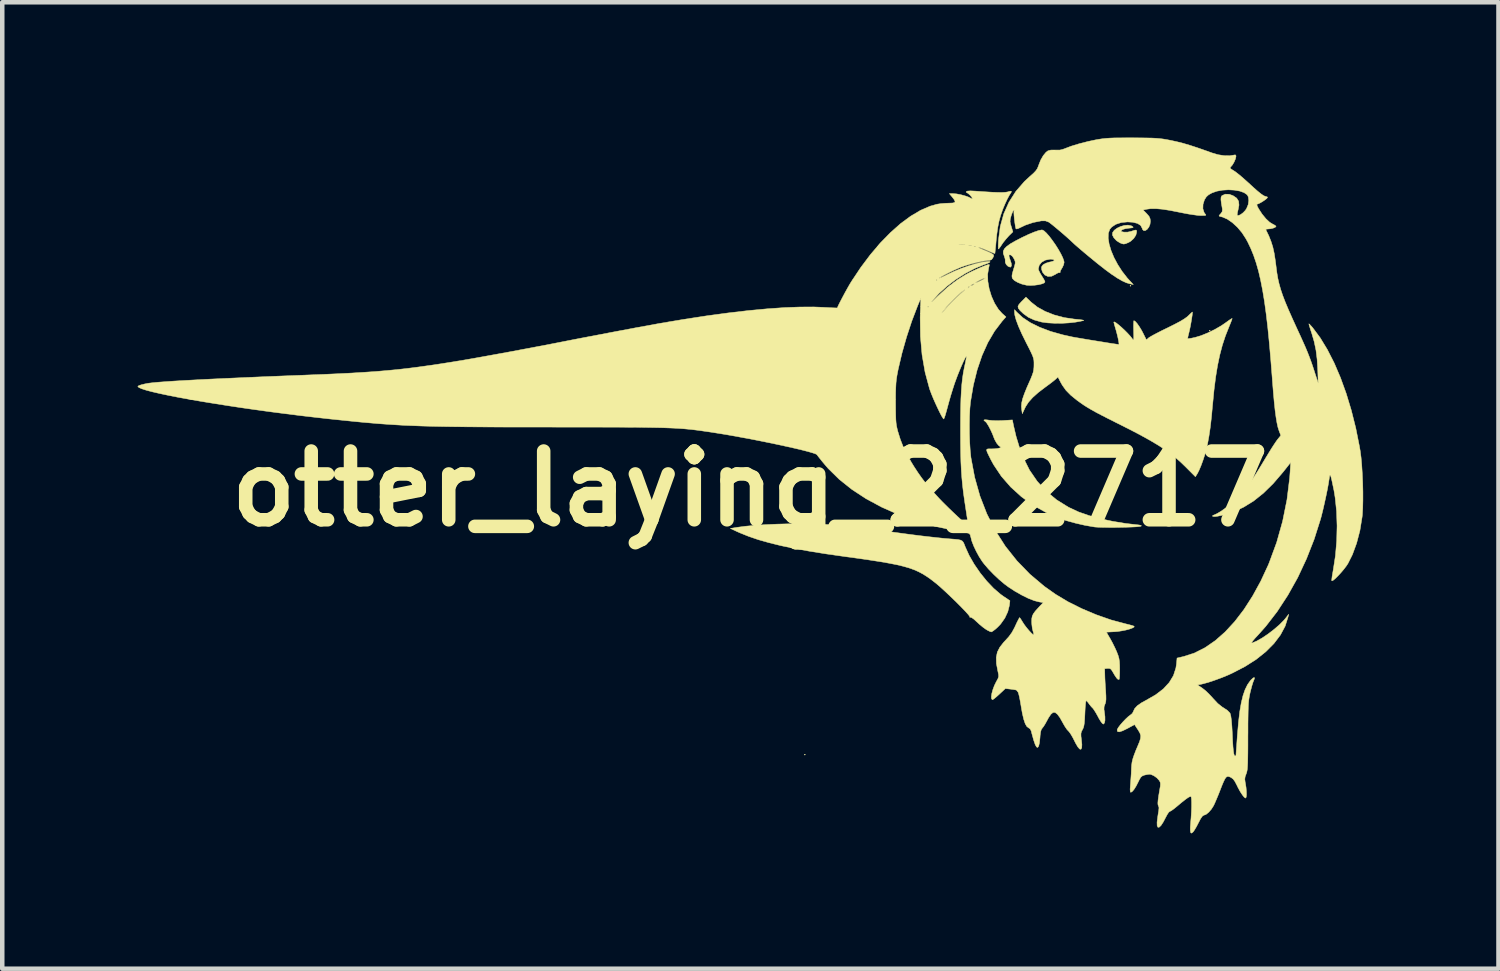
<source format=kicad_pcb>
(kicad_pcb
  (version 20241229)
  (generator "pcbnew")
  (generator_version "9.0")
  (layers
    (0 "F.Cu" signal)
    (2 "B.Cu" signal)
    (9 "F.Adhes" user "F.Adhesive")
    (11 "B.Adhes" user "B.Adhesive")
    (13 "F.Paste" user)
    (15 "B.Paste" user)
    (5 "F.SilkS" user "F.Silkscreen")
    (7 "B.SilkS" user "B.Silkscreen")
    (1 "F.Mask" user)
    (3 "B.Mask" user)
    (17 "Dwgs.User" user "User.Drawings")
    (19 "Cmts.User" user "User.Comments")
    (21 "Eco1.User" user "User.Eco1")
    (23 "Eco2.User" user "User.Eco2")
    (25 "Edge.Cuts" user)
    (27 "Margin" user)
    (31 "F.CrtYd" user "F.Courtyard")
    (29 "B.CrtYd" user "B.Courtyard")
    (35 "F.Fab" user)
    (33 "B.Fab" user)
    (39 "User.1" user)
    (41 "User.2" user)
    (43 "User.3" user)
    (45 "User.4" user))
  (footprint "otter_laying_2_2717"
    (layer "F.Cu")
    (at 13.573 7.782)
    (property "Reference" "otter_laying_2_2717" (at 0 0 0) (layer "F.SilkS") (effects (font (size 1.524 1.524) (thickness 0.3))))
    (attr through_hole)
    (fp_poly (pts (xy 1.228 5.895) (xy 1.217 5.905) (xy 1.206 5.895) (xy 1.217 5.884) (xy 1.228 5.895)) (stroke (width 0.01) (type solid)) (fill yes) (layer "F.SilkS"))
    (fp_poly (pts (xy 8.445 -4.498) (xy 8.435 -4.487) (xy 8.424 -4.498) (xy 8.435 -4.508) (xy 8.445 -4.498)) (stroke (width 0.01) (type solid)) (fill yes) (layer "F.SilkS"))
    (fp_poly (pts (xy 10.202 -3.503) (xy 10.192 -3.493) (xy 10.181 -3.503) (xy 10.192 -3.514) (xy 10.202 -3.503)) (stroke (width 0.01) (type solid)) (fill yes) (layer "F.SilkS"))
    (fp_poly (pts (xy 6.232 -4.135) (xy 6.372 -4.025) (xy 6.545 -3.929) (xy 6.744 -3.851) (xy 6.961 -3.793) (xy 7.19 -3.759) (xy 7.224 -3.756) (xy 7.305 -3.748) (xy 7.366 -3.74) (xy 7.397 -3.733) (xy 7.399 -3.731) (xy 7.375 -3.722) (xy 7.319 -3.71) (xy 7.242 -3.696) (xy 7.213 -3.691) (xy 7.071 -3.675) (xy 6.913 -3.666) (xy 6.751 -3.667) (xy 6.601 -3.675) (xy 6.476 -3.692) (xy 6.46 -3.695) (xy 6.301 -3.74) (xy 6.172 -3.799) (xy 6.063 -3.878) (xy 6.055 -3.885) (xy 5.986 -3.951) (xy 5.949 -3.999) (xy 5.941 -4.041) (xy 5.963 -4.084) (xy 6.013 -4.14) (xy 6.02 -4.147) (xy 6.118 -4.246) (xy 6.232 -4.135)) (stroke (width 0.01) (type solid)) (fill yes) (layer "F.SilkS"))
    (fp_poly (pts (xy 8.45 -5.828) (xy 8.477 -5.813) (xy 8.495 -5.797) (xy 8.488 -5.786) (xy 8.449 -5.779) (xy 8.395 -5.774) (xy 8.321 -5.763) (xy 8.263 -5.745) (xy 8.242 -5.732) (xy 8.225 -5.71) (xy 8.237 -5.698) (xy 8.285 -5.688) (xy 8.288 -5.687) (xy 8.372 -5.687) (xy 8.453 -5.705) (xy 8.519 -5.727) (xy 8.555 -5.733) (xy 8.57 -5.722) (xy 8.572 -5.693) (xy 8.572 -5.691) (xy 8.555 -5.621) (xy 8.508 -5.548) (xy 8.442 -5.487) (xy 8.395 -5.459) (xy 8.331 -5.432) (xy 8.288 -5.422) (xy 8.248 -5.43) (xy 8.202 -5.449) (xy 8.126 -5.497) (xy 8.065 -5.563) (xy 8.035 -5.622) (xy 8.038 -5.676) (xy 8.075 -5.728) (xy 8.137 -5.774) (xy 8.214 -5.811) (xy 8.298 -5.835) (xy 8.379 -5.842) (xy 8.45 -5.828)) (stroke (width 0.01) (type solid)) (fill yes) (layer "F.SilkS"))
    (fp_poly (pts (xy 5.255 -1.525) (xy 5.297 -1.519) (xy 5.369 -1.511) (xy 5.467 -1.507) (xy 5.572 -1.509) (xy 5.613 -1.511) (xy 5.818 -1.524) (xy 5.842 -1.402) (xy 5.899 -1.159) (xy 5.975 -0.91) (xy 6.059 -0.688) (xy 6.196 -0.413) (xy 6.367 -0.164) (xy 6.568 0.057) (xy 6.8 0.249) (xy 7.059 0.41) (xy 7.286 0.516) (xy 7.509 0.594) (xy 7.765 0.665) (xy 8.042 0.724) (xy 8.33 0.771) (xy 8.549 0.796) (xy 8.628 0.805) (xy 8.669 0.814) (xy 8.676 0.824) (xy 8.668 0.831) (xy 8.634 0.838) (xy 8.565 0.845) (xy 8.469 0.85) (xy 8.353 0.854) (xy 8.224 0.857) (xy 8.09 0.859) (xy 7.958 0.859) (xy 7.835 0.858) (xy 7.73 0.855) (xy 7.65 0.85) (xy 7.621 0.846) (xy 7.426 0.812) (xy 7.216 0.764) (xy 7.013 0.708) (xy 6.885 0.665) (xy 6.574 0.534) (xy 6.284 0.371) (xy 6.019 0.18) (xy 5.781 -0.036) (xy 5.574 -0.273) (xy 5.402 -0.53) (xy 5.341 -0.642) (xy 5.291 -0.742) (xy 5.259 -0.81) (xy 5.246 -0.851) (xy 5.251 -0.873) (xy 5.275 -0.882) (xy 5.317 -0.883) (xy 5.341 -0.882) (xy 5.417 -0.884) (xy 5.486 -0.891) (xy 5.51 -0.896) (xy 5.569 -0.911) (xy 5.509 -0.961) (xy 5.468 -1.011) (xy 5.428 -1.082) (xy 5.41 -1.125) (xy 5.375 -1.216) (xy 5.333 -1.307) (xy 5.29 -1.389) (xy 5.251 -1.452) (xy 5.221 -1.487) (xy 5.215 -1.49) (xy 5.189 -1.511) (xy 5.186 -1.52) (xy 5.205 -1.528) (xy 5.255 -1.525)) (stroke (width 0.01) (type solid)) (fill yes) (layer "F.SilkS"))
    (fp_poly (pts (xy 1.359 0.779) (xy 1.588 0.787) (xy 1.791 0.8) (xy 1.81 0.801) (xy 2.027 0.822) (xy 2.274 0.849) (xy 2.536 0.879) (xy 2.801 0.912) (xy 3.056 0.946) (xy 3.172 0.963) (xy 3.366 0.99) (xy 3.569 1.017) (xy 3.774 1.043) (xy 3.971 1.066) (xy 4.152 1.086) (xy 4.307 1.102) (xy 4.413 1.111) (xy 4.531 1.12) (xy 4.613 1.128) (xy 4.669 1.14) (xy 4.706 1.16) (xy 4.731 1.19) (xy 4.752 1.236) (xy 4.773 1.291) (xy 4.859 1.48) (xy 4.971 1.675) (xy 5.103 1.867) (xy 5.249 2.048) (xy 5.401 2.208) (xy 5.553 2.339) (xy 5.611 2.381) (xy 5.763 2.483) (xy 5.75 2.591) (xy 5.715 2.729) (xy 5.649 2.87) (xy 5.556 3.001) (xy 5.494 3.066) (xy 5.435 3.119) (xy 5.384 3.157) (xy 5.352 3.175) (xy 5.35 3.175) (xy 5.317 3.164) (xy 5.263 3.137) (xy 5.227 3.115) (xy 5.162 3.068) (xy 5.086 3.005) (xy 5.021 2.945) (xy 4.963 2.892) (xy 4.915 2.858) (xy 4.887 2.849) (xy 4.885 2.849) (xy 4.872 2.851) (xy 4.875 2.843) (xy 4.865 2.822) (xy 4.828 2.777) (xy 4.77 2.713) (xy 4.694 2.634) (xy 4.606 2.545) (xy 4.51 2.451) (xy 4.411 2.356) (xy 4.314 2.265) (xy 4.224 2.183) (xy 4.144 2.114) (xy 4.103 2.081) (xy 4.01 2.009) (xy 3.92 1.946) (xy 3.831 1.89) (xy 3.739 1.841) (xy 3.639 1.797) (xy 3.528 1.757) (xy 3.402 1.721) (xy 3.257 1.686) (xy 3.089 1.653) (xy 2.895 1.619) (xy 2.67 1.584) (xy 2.411 1.546) (xy 2.115 1.506) (xy 2.095 1.503) (xy 1.687 1.445) (xy 1.319 1.386) (xy 0.987 1.325) (xy 0.688 1.263) (xy 0.421 1.197) (xy 0.182 1.129) (xy -0.031 1.056) (xy -0.222 0.979) (xy -0.286 0.951) (xy -0.434 0.881) (xy -0.271 0.855) (xy -0.096 0.832) (xy 0.113 0.813) (xy 0.346 0.797) (xy 0.597 0.786) (xy 0.854 0.779) (xy 1.111 0.777) (xy 1.359 0.779)) (stroke (width 0.01) (type solid)) (fill yes) (layer "F.SilkS"))
    (fp_poly (pts (xy 6.515 -5.718) (xy 6.568 -5.67) (xy 6.632 -5.598) (xy 6.7 -5.508) (xy 6.77 -5.409) (xy 6.835 -5.306) (xy 6.891 -5.207) (xy 6.934 -5.119) (xy 6.959 -5.048) (xy 6.964 -5.016) (xy 6.952 -4.962) (xy 6.923 -4.899) (xy 6.913 -4.884) (xy 6.884 -4.834) (xy 6.874 -4.799) (xy 6.876 -4.793) (xy 6.875 -4.786) (xy 6.866 -4.79) (xy 6.836 -4.787) (xy 6.789 -4.763) (xy 6.772 -4.751) (xy 6.687 -4.709) (xy 6.606 -4.704) (xy 6.536 -4.736) (xy 6.485 -4.8) (xy 6.465 -4.861) (xy 6.462 -4.913) (xy 6.487 -4.952) (xy 6.506 -4.969) (xy 6.562 -4.999) (xy 6.635 -5.022) (xy 6.658 -5.026) (xy 6.722 -5.043) (xy 6.746 -5.062) (xy 6.73 -5.079) (xy 6.676 -5.087) (xy 6.65 -5.087) (xy 6.547 -5.066) (xy 6.466 -5.02) (xy 6.412 -4.952) (xy 6.392 -4.869) (xy 6.404 -4.832) (xy 6.433 -4.774) (xy 6.466 -4.72) (xy 6.505 -4.658) (xy 6.532 -4.608) (xy 6.54 -4.583) (xy 6.521 -4.56) (xy 6.469 -4.539) (xy 6.395 -4.521) (xy 6.309 -4.51) (xy 6.22 -4.505) (xy 6.14 -4.509) (xy 6.123 -4.512) (xy 6.025 -4.536) (xy 5.934 -4.573) (xy 5.862 -4.615) (xy 5.82 -4.657) (xy 5.82 -4.658) (xy 5.809 -4.691) (xy 5.809 -4.732) (xy 5.823 -4.794) (xy 5.843 -4.862) (xy 5.867 -4.942) (xy 5.879 -4.994) (xy 5.879 -5.032) (xy 5.867 -5.067) (xy 5.856 -5.091) (xy 5.82 -5.149) (xy 5.781 -5.181) (xy 5.748 -5.183) (xy 5.743 -5.179) (xy 5.743 -5.153) (xy 5.756 -5.104) (xy 5.765 -5.08) (xy 5.793 -4.995) (xy 5.797 -4.938) (xy 5.777 -4.912) (xy 5.768 -4.911) (xy 5.722 -4.928) (xy 5.681 -4.968) (xy 5.659 -5.017) (xy 5.659 -5.042) (xy 5.657 -5.089) (xy 5.639 -5.148) (xy 5.637 -5.154) (xy 5.616 -5.212) (xy 5.616 -5.266) (xy 5.64 -5.317) (xy 5.691 -5.369) (xy 5.771 -5.427) (xy 5.886 -5.493) (xy 6.027 -5.566) (xy 6.177 -5.637) (xy 6.304 -5.69) (xy 6.404 -5.724) (xy 6.473 -5.736) (xy 6.476 -5.736) (xy 6.515 -5.718)) (stroke (width 0.01) (type solid)) (fill yes) (layer "F.SilkS"))
    (fp_poly (pts (xy 5.912 -3.916) (xy 6.045 -3.793) (xy 6.217 -3.679) (xy 6.425 -3.577) (xy 6.665 -3.486) (xy 6.935 -3.41) (xy 7.144 -3.364) (xy 7.207 -3.352) (xy 7.298 -3.337) (xy 7.409 -3.318) (xy 7.533 -3.297) (xy 7.664 -3.276) (xy 7.794 -3.255) (xy 7.916 -3.235) (xy 8.022 -3.218) (xy 8.106 -3.206) (xy 8.161 -3.198) (xy 8.178 -3.196) (xy 8.18 -3.215) (xy 8.173 -3.265) (xy 8.159 -3.337) (xy 8.139 -3.421) (xy 8.116 -3.508) (xy 8.107 -3.538) (xy 8.086 -3.61) (xy 8.071 -3.666) (xy 8.065 -3.692) (xy 8.065 -3.693) (xy 8.078 -3.697) (xy 8.115 -3.676) (xy 8.168 -3.635) (xy 8.232 -3.58) (xy 8.3 -3.517) (xy 8.367 -3.45) (xy 8.425 -3.387) (xy 8.47 -3.331) (xy 8.475 -3.323) (xy 8.491 -3.302) (xy 8.501 -3.298) (xy 8.506 -3.316) (xy 8.508 -3.362) (xy 8.506 -3.443) (xy 8.505 -3.498) (xy 8.503 -3.59) (xy 8.504 -3.665) (xy 8.507 -3.712) (xy 8.51 -3.725) (xy 8.54 -3.708) (xy 8.583 -3.66) (xy 8.632 -3.59) (xy 8.683 -3.506) (xy 8.71 -3.454) (xy 8.788 -3.298) (xy 8.834 -3.341) (xy 8.867 -3.363) (xy 8.931 -3.4) (xy 9.02 -3.447) (xy 9.127 -3.502) (xy 9.246 -3.56) (xy 9.255 -3.564) (xy 9.413 -3.643) (xy 9.536 -3.708) (xy 9.627 -3.763) (xy 9.691 -3.809) (xy 9.715 -3.831) (xy 9.762 -3.877) (xy 9.796 -3.908) (xy 9.807 -3.916) (xy 9.808 -3.897) (xy 9.803 -3.846) (xy 9.792 -3.773) (xy 9.778 -3.688) (xy 9.762 -3.6) (xy 9.745 -3.519) (xy 9.73 -3.455) (xy 9.726 -3.44) (xy 9.711 -3.379) (xy 9.704 -3.337) (xy 9.705 -3.327) (xy 9.728 -3.327) (xy 9.782 -3.335) (xy 9.854 -3.35) (xy 9.864 -3.352) (xy 9.998 -3.392) (xy 10.15 -3.454) (xy 10.306 -3.53) (xy 10.451 -3.614) (xy 10.55 -3.682) (xy 10.613 -3.728) (xy 10.662 -3.76) (xy 10.687 -3.773) (xy 10.689 -3.771) (xy 10.681 -3.746) (xy 10.661 -3.692) (xy 10.631 -3.618) (xy 10.617 -3.584) (xy 10.538 -3.384) (xy 10.471 -3.18) (xy 10.414 -2.964) (xy 10.365 -2.731) (xy 10.323 -2.474) (xy 10.287 -2.188) (xy 10.256 -1.867) (xy 10.254 -1.852) (xy 10.23 -1.589) (xy 10.204 -1.363) (xy 10.175 -1.167) (xy 10.144 -0.997) (xy 10.117 -0.877) (xy 10.083 -0.754) (xy 10.041 -0.626) (xy 9.996 -0.504) (xy 9.952 -0.401) (xy 9.914 -0.327) (xy 9.913 -0.327) (xy 9.874 -0.265) (xy 9.652 -0.488) (xy 9.546 -0.59) (xy 9.439 -0.685) (xy 9.325 -0.776) (xy 9.201 -0.865) (xy 9.062 -0.956) (xy 8.903 -1.051) (xy 8.721 -1.153) (xy 8.511 -1.265) (xy 8.268 -1.389) (xy 8.128 -1.459) (xy 7.945 -1.551) (xy 7.795 -1.628) (xy 7.671 -1.693) (xy 7.567 -1.751) (xy 7.479 -1.803) (xy 7.4 -1.853) (xy 7.324 -1.906) (xy 7.245 -1.963) (xy 7.244 -1.964) (xy 7.11 -2.073) (xy 7.006 -2.179) (xy 6.924 -2.294) (xy 6.886 -2.361) (xy 6.827 -2.475) (xy 6.774 -2.425) (xy 6.733 -2.391) (xy 6.669 -2.341) (xy 6.592 -2.284) (xy 6.551 -2.254) (xy 6.392 -2.133) (xy 6.268 -2.022) (xy 6.176 -1.919) (xy 6.11 -1.818) (xy 6.096 -1.789) (xy 6.037 -1.662) (xy 6.023 -1.757) (xy 6.017 -1.828) (xy 6.024 -1.905) (xy 6.044 -1.992) (xy 6.081 -2.099) (xy 6.134 -2.231) (xy 6.174 -2.322) (xy 6.224 -2.434) (xy 6.257 -2.517) (xy 6.279 -2.582) (xy 6.29 -2.638) (xy 6.295 -2.696) (xy 6.296 -2.746) (xy 6.296 -2.802) (xy 6.293 -2.849) (xy 6.283 -2.894) (xy 6.266 -2.945) (xy 6.237 -3.01) (xy 6.195 -3.096) (xy 6.136 -3.211) (xy 6.125 -3.233) (xy 6.029 -3.427) (xy 5.954 -3.596) (xy 5.901 -3.737) (xy 5.871 -3.848) (xy 5.864 -3.913) (xy 5.865 -3.969) (xy 5.912 -3.916)) (stroke (width 0.01) (type solid)) (fill yes) (layer "F.SilkS"))
    (fp_poly (pts (xy 8.477 -7.777) (xy 8.653 -7.776) (xy 8.795 -7.774) (xy 8.908 -7.772) (xy 9.002 -7.767) (xy 9.083 -7.76) (xy 9.158 -7.751) (xy 9.236 -7.738) (xy 9.324 -7.721) (xy 9.326 -7.721) (xy 9.462 -7.691) (xy 9.602 -7.656) (xy 9.753 -7.611) (xy 9.922 -7.556) (xy 10.119 -7.487) (xy 10.244 -7.442) (xy 10.377 -7.403) (xy 10.512 -7.382) (xy 10.635 -7.38) (xy 10.716 -7.393) (xy 10.757 -7.4) (xy 10.772 -7.385) (xy 10.774 -7.366) (xy 10.762 -7.311) (xy 10.733 -7.242) (xy 10.695 -7.177) (xy 10.658 -7.134) (xy 10.643 -7.115) (xy 10.651 -7.096) (xy 10.688 -7.07) (xy 10.72 -7.051) (xy 10.772 -7.015) (xy 10.845 -6.958) (xy 10.93 -6.886) (xy 11.018 -6.807) (xy 11.033 -6.794) (xy 11.156 -6.681) (xy 11.252 -6.596) (xy 11.326 -6.536) (xy 11.381 -6.498) (xy 11.42 -6.48) (xy 11.437 -6.477) (xy 11.468 -6.466) (xy 11.472 -6.455) (xy 11.456 -6.433) (xy 11.413 -6.399) (xy 11.358 -6.362) (xy 11.302 -6.33) (xy 11.258 -6.31) (xy 11.245 -6.308) (xy 11.235 -6.294) (xy 11.25 -6.252) (xy 11.274 -6.207) (xy 11.353 -6.085) (xy 11.438 -5.982) (xy 11.521 -5.905) (xy 11.578 -5.87) (xy 11.629 -5.843) (xy 11.659 -5.821) (xy 11.662 -5.815) (xy 11.644 -5.795) (xy 11.598 -5.775) (xy 11.538 -5.761) (xy 11.49 -5.757) (xy 11.448 -5.753) (xy 11.434 -5.742) (xy 11.435 -5.741) (xy 11.5 -5.607) (xy 11.55 -5.482) (xy 11.59 -5.356) (xy 11.621 -5.216) (xy 11.646 -5.054) (xy 11.663 -4.921) (xy 11.68 -4.788) (xy 11.701 -4.663) (xy 11.729 -4.541) (xy 11.764 -4.417) (xy 11.809 -4.283) (xy 11.866 -4.135) (xy 11.937 -3.966) (xy 12.024 -3.77) (xy 12.112 -3.577) (xy 12.194 -3.4) (xy 12.26 -3.254) (xy 12.315 -3.13) (xy 12.36 -3.022) (xy 12.399 -2.922) (xy 12.436 -2.823) (xy 12.473 -2.716) (xy 12.513 -2.594) (xy 12.513 -2.593) (xy 12.596 -2.339) (xy 12.586 -2.635) (xy 12.572 -2.865) (xy 12.547 -3.068) (xy 12.507 -3.259) (xy 12.45 -3.454) (xy 12.446 -3.463) (xy 12.42 -3.545) (xy 12.4 -3.609) (xy 12.39 -3.648) (xy 12.39 -3.655) (xy 12.405 -3.643) (xy 12.439 -3.607) (xy 12.474 -3.567) (xy 12.641 -3.343) (xy 12.8 -3.081) (xy 12.951 -2.785) (xy 13.09 -2.46) (xy 13.217 -2.109) (xy 13.33 -1.736) (xy 13.428 -1.346) (xy 13.509 -0.942) (xy 13.528 -0.833) (xy 13.546 -0.693) (xy 13.561 -0.523) (xy 13.573 -0.334) (xy 13.582 -0.134) (xy 13.587 0.066) (xy 13.587 0.257) (xy 13.583 0.43) (xy 13.575 0.575) (xy 13.569 0.629) (xy 13.52 0.93) (xy 13.447 1.209) (xy 13.354 1.462) (xy 13.254 1.661) (xy 13.213 1.722) (xy 13.159 1.792) (xy 13.098 1.864) (xy 13.036 1.931) (xy 12.979 1.988) (xy 12.933 2.027) (xy 12.903 2.043) (xy 12.896 2.039) (xy 12.897 2.009) (xy 12.904 1.948) (xy 12.918 1.864) (xy 12.93 1.796) (xy 12.978 1.484) (xy 13.006 1.156) (xy 13.014 0.825) (xy 13.003 0.501) (xy 12.971 0.196) (xy 12.946 0.042) (xy 12.924 -0.063) (xy 12.904 -0.158) (xy 12.887 -0.232) (xy 12.875 -0.274) (xy 12.874 -0.275) (xy 12.862 -0.301) (xy 12.854 -0.298) (xy 12.845 -0.262) (xy 12.838 -0.212) (xy 12.823 -0.115) (xy 12.8 0.012) (xy 12.77 0.158) (xy 12.737 0.31) (xy 12.703 0.459) (xy 12.67 0.593) (xy 12.648 0.675) (xy 12.506 1.122) (xy 12.336 1.555) (xy 12.142 1.97) (xy 11.924 2.36) (xy 11.687 2.723) (xy 11.432 3.053) (xy 11.269 3.236) (xy 11.191 3.32) (xy 11.143 3.377) (xy 11.121 3.41) (xy 11.126 3.42) (xy 11.134 3.419) (xy 11.236 3.376) (xy 11.357 3.307) (xy 11.486 3.22) (xy 11.615 3.121) (xy 11.736 3.017) (xy 11.838 2.914) (xy 11.893 2.847) (xy 11.941 2.783) (xy 11.928 2.842) (xy 11.864 3.045) (xy 11.759 3.242) (xy 11.615 3.432) (xy 11.435 3.613) (xy 11.22 3.785) (xy 10.971 3.943) (xy 10.691 4.088) (xy 10.609 4.126) (xy 10.461 4.187) (xy 10.309 4.243) (xy 10.166 4.291) (xy 10.042 4.325) (xy 10.004 4.334) (xy 9.922 4.35) (xy 10.03 4.424) (xy 10.095 4.475) (xy 10.171 4.547) (xy 10.246 4.627) (xy 10.267 4.651) (xy 10.37 4.761) (xy 10.469 4.84) (xy 10.505 4.862) (xy 10.584 4.915) (xy 10.637 4.97) (xy 10.645 4.984) (xy 10.659 5.037) (xy 10.672 5.132) (xy 10.683 5.268) (xy 10.692 5.429) (xy 10.699 5.593) (xy 10.707 5.719) (xy 10.716 5.812) (xy 10.725 5.874) (xy 10.737 5.911) (xy 10.75 5.926) (xy 10.755 5.927) (xy 10.773 5.911) (xy 10.774 5.906) (xy 10.775 5.879) (xy 10.779 5.817) (xy 10.786 5.726) (xy 10.794 5.612) (xy 10.803 5.481) (xy 10.807 5.435) (xy 10.83 5.169) (xy 10.857 4.941) (xy 10.89 4.749) (xy 10.929 4.587) (xy 10.975 4.454) (xy 11.029 4.344) (xy 11.092 4.255) (xy 11.106 4.239) (xy 11.153 4.195) (xy 11.18 4.185) (xy 11.184 4.208) (xy 11.164 4.257) (xy 11.146 4.304) (xy 11.123 4.38) (xy 11.099 4.472) (xy 11.086 4.524) (xy 11.074 4.582) (xy 11.064 4.638) (xy 11.056 4.696) (xy 11.05 4.762) (xy 11.046 4.842) (xy 11.043 4.941) (xy 11.041 5.064) (xy 11.039 5.217) (xy 11.039 5.405) (xy 11.038 5.482) (xy 11.038 5.683) (xy 11.037 5.846) (xy 11.035 5.976) (xy 11.033 6.077) (xy 11.029 6.155) (xy 11.025 6.213) (xy 11.018 6.257) (xy 11.01 6.29) (xy 11.001 6.318) (xy 10.998 6.325) (xy 10.976 6.385) (xy 10.969 6.439) (xy 10.977 6.505) (xy 10.983 6.534) (xy 10.997 6.623) (xy 11.004 6.709) (xy 11.006 6.783) (xy 11 6.836) (xy 10.988 6.858) (xy 10.987 6.858) (xy 10.957 6.84) (xy 10.916 6.789) (xy 10.867 6.714) (xy 10.816 6.62) (xy 10.795 6.576) (xy 10.751 6.492) (xy 10.712 6.438) (xy 10.668 6.404) (xy 10.655 6.397) (xy 10.616 6.381) (xy 10.584 6.379) (xy 10.557 6.394) (xy 10.529 6.432) (xy 10.497 6.497) (xy 10.456 6.595) (xy 10.426 6.673) (xy 10.384 6.78) (xy 10.341 6.883) (xy 10.304 6.969) (xy 10.278 7.025) (xy 10.228 7.104) (xy 10.169 7.172) (xy 10.11 7.22) (xy 10.059 7.239) (xy 10.058 7.239) (xy 10.028 7.259) (xy 9.987 7.319) (xy 9.941 7.407) (xy 9.899 7.488) (xy 9.859 7.557) (xy 9.828 7.602) (xy 9.82 7.611) (xy 9.789 7.635) (xy 9.774 7.629) (xy 9.766 7.611) (xy 9.761 7.572) (xy 9.761 7.506) (xy 9.767 7.426) (xy 9.767 7.423) (xy 9.778 7.292) (xy 9.786 7.165) (xy 9.79 7.049) (xy 9.79 6.949) (xy 9.787 6.874) (xy 9.78 6.831) (xy 9.776 6.824) (xy 9.753 6.825) (xy 9.712 6.846) (xy 9.649 6.891) (xy 9.562 6.96) (xy 9.463 7.043) (xy 9.399 7.095) (xy 9.345 7.134) (xy 9.31 7.153) (xy 9.306 7.154) (xy 9.283 7.172) (xy 9.252 7.218) (xy 9.219 7.279) (xy 9.161 7.39) (xy 9.112 7.465) (xy 9.072 7.503) (xy 9.043 7.505) (xy 9.026 7.47) (xy 9.024 7.396) (xy 9.028 7.358) (xy 9.039 7.272) (xy 9.052 7.187) (xy 9.06 7.144) (xy 9.067 7.071) (xy 9.055 7.033) (xy 9.045 7.009) (xy 9.042 6.967) (xy 9.047 6.901) (xy 9.06 6.806) (xy 9.082 6.676) (xy 9.082 6.675) (xy 9.096 6.594) (xy 9.099 6.541) (xy 9.093 6.505) (xy 9.075 6.471) (xy 9.073 6.468) (xy 9.022 6.412) (xy 8.956 6.364) (xy 8.889 6.334) (xy 8.858 6.329) (xy 8.809 6.335) (xy 8.747 6.348) (xy 8.741 6.35) (xy 8.696 6.368) (xy 8.662 6.398) (xy 8.63 6.452) (xy 8.61 6.494) (xy 8.56 6.592) (xy 8.512 6.668) (xy 8.47 6.716) (xy 8.441 6.731) (xy 8.43 6.714) (xy 8.427 6.661) (xy 8.433 6.57) (xy 8.435 6.546) (xy 8.443 6.437) (xy 8.451 6.322) (xy 8.455 6.223) (xy 8.455 6.212) (xy 8.46 6.134) (xy 8.469 6.063) (xy 8.486 5.991) (xy 8.514 5.907) (xy 8.554 5.802) (xy 8.597 5.701) (xy 8.637 5.604) (xy 8.658 5.532) (xy 8.662 5.476) (xy 8.646 5.422) (xy 8.611 5.359) (xy 8.581 5.314) (xy 8.525 5.229) (xy 8.363 5.317) (xy 8.26 5.367) (xy 8.189 5.39) (xy 8.149 5.384) (xy 8.14 5.351) (xy 8.142 5.337) (xy 8.164 5.296) (xy 8.208 5.238) (xy 8.266 5.171) (xy 8.328 5.106) (xy 8.386 5.052) (xy 8.43 5.019) (xy 8.43 5.019) (xy 8.475 4.982) (xy 8.496 4.943) (xy 8.527 4.875) (xy 8.586 4.811) (xy 8.679 4.746) (xy 8.781 4.69) (xy 8.992 4.569) (xy 9.163 4.438) (xy 9.294 4.296) (xy 9.387 4.143) (xy 9.441 3.976) (xy 9.455 3.885) (xy 9.467 3.754) (xy 9.617 3.719) (xy 9.854 3.642) (xy 10.086 3.525) (xy 10.314 3.368) (xy 10.534 3.174) (xy 10.747 2.943) (xy 10.95 2.678) (xy 11.142 2.379) (xy 11.323 2.049) (xy 11.49 1.689) (xy 11.51 1.64) (xy 11.675 1.192) (xy 11.807 0.723) (xy 11.904 0.242) (xy 11.964 -0.245) (xy 11.973 -0.37) (xy 11.986 -0.582) (xy 11.816 -0.367) (xy 11.599 -0.114) (xy 11.382 0.099) (xy 11.163 0.274) (xy 10.936 0.413) (xy 10.701 0.519) (xy 10.452 0.593) (xy 10.363 0.611) (xy 10.303 0.618) (xy 10.263 0.615) (xy 10.25 0.604) (xy 10.271 0.588) (xy 10.292 0.581) (xy 10.357 0.551) (xy 10.444 0.499) (xy 10.541 0.43) (xy 10.641 0.353) (xy 10.732 0.274) (xy 10.755 0.252) (xy 10.84 0.166) (xy 10.918 0.082) (xy 10.992 -0.007) (xy 11.067 -0.105) (xy 11.145 -0.22) (xy 11.233 -0.355) (xy 11.333 -0.517) (xy 11.429 -0.677) (xy 11.498 -0.79) (xy 11.564 -0.897) (xy 11.624 -0.989) (xy 11.671 -1.059) (xy 11.696 -1.092) (xy 11.767 -1.18) (xy 11.728 -1.283) (xy 11.704 -1.358) (xy 11.682 -1.457) (xy 11.661 -1.583) (xy 11.64 -1.739) (xy 11.62 -1.928) (xy 11.6 -2.153) (xy 11.579 -2.417) (xy 11.579 -2.424) (xy 11.546 -2.841) (xy 11.513 -3.22) (xy 11.479 -3.562) (xy 11.443 -3.87) (xy 11.405 -4.147) (xy 11.364 -4.396) (xy 11.32 -4.62) (xy 11.273 -4.823) (xy 11.221 -5.005) (xy 11.164 -5.172) (xy 11.102 -5.324) (xy 11.034 -5.467) (xy 10.993 -5.541) (xy 10.907 -5.674) (xy 10.805 -5.795) (xy 10.694 -5.897) (xy 10.583 -5.974) (xy 10.478 -6.02) (xy 10.457 -6.025) (xy 10.409 -6.037) (xy 10.398 -6.052) (xy 10.421 -6.081) (xy 10.438 -6.098) (xy 10.467 -6.14) (xy 10.472 -6.189) (xy 10.468 -6.22) (xy 10.449 -6.33) (xy 10.44 -6.406) (xy 10.442 -6.455) (xy 10.453 -6.484) (xy 10.461 -6.494) (xy 10.535 -6.528) (xy 10.624 -6.526) (xy 10.71 -6.494) (xy 10.789 -6.44) (xy 10.831 -6.373) (xy 10.84 -6.287) (xy 10.821 -6.186) (xy 10.806 -6.122) (xy 10.8 -6.075) (xy 10.803 -6.059) (xy 10.833 -6.056) (xy 10.88 -6.078) (xy 10.933 -6.118) (xy 10.981 -6.169) (xy 11.007 -6.207) (xy 11.044 -6.297) (xy 11.057 -6.388) (xy 11.047 -6.468) (xy 11.022 -6.514) (xy 10.954 -6.562) (xy 10.856 -6.597) (xy 10.736 -6.618) (xy 10.605 -6.625) (xy 10.473 -6.617) (xy 10.348 -6.594) (xy 10.241 -6.556) (xy 10.166 -6.514) (xy 10.117 -6.47) (xy 10.08 -6.412) (xy 10.074 -6.401) (xy 10.043 -6.302) (xy 10.04 -6.205) (xy 10.067 -6.122) (xy 10.087 -6.094) (xy 10.105 -6.072) (xy 10.103 -6.06) (xy 10.075 -6.055) (xy 10.012 -6.054) (xy 9.994 -6.054) (xy 9.929 -6.058) (xy 9.833 -6.071) (xy 9.716 -6.089) (xy 9.589 -6.113) (xy 9.51 -6.129) (xy 9.307 -6.169) (xy 9.138 -6.195) (xy 9 -6.207) (xy 8.886 -6.207) (xy 8.797 -6.195) (xy 8.715 -6.178) (xy 8.795 -6.096) (xy 8.846 -6.037) (xy 8.87 -5.983) (xy 8.876 -5.929) (xy 8.868 -5.86) (xy 8.843 -5.799) (xy 8.807 -5.751) (xy 8.768 -5.723) (xy 8.731 -5.719) (xy 8.703 -5.745) (xy 8.693 -5.774) (xy 8.66 -5.836) (xy 8.59 -5.88) (xy 8.485 -5.906) (xy 8.369 -5.913) (xy 8.229 -5.899) (xy 8.109 -5.86) (xy 8.018 -5.799) (xy 7.976 -5.749) (xy 7.945 -5.663) (xy 7.941 -5.552) (xy 7.962 -5.421) (xy 8.005 -5.277) (xy 8.069 -5.124) (xy 8.152 -4.968) (xy 8.25 -4.816) (xy 8.363 -4.671) (xy 8.421 -4.607) (xy 8.498 -4.525) (xy 8.424 -4.541) (xy 8.344 -4.564) (xy 8.252 -4.606) (xy 8.144 -4.668) (xy 8.019 -4.751) (xy 7.873 -4.858) (xy 7.704 -4.991) (xy 7.51 -5.15) (xy 7.408 -5.235) (xy 7.328 -5.303) (xy 7.257 -5.364) (xy 7.203 -5.411) (xy 7.174 -5.438) (xy 7.174 -5.438) (xy 7.117 -5.492) (xy 7.042 -5.56) (xy 6.956 -5.636) (xy 6.866 -5.713) (xy 6.78 -5.785) (xy 6.705 -5.847) (xy 6.648 -5.891) (xy 6.619 -5.911) (xy 6.548 -5.937) (xy 6.464 -5.937) (xy 6.456 -5.936) (xy 6.276 -5.9) (xy 6.105 -5.842) (xy 6.015 -5.799) (xy 5.943 -5.765) (xy 5.903 -5.757) (xy 5.895 -5.764) (xy 5.883 -5.816) (xy 5.872 -5.89) (xy 5.861 -5.973) (xy 5.854 -6.053) (xy 5.85 -6.118) (xy 5.852 -6.157) (xy 5.854 -6.161) (xy 5.858 -6.177) (xy 5.846 -6.172) (xy 5.827 -6.145) (xy 5.804 -6.09) (xy 5.788 -6.043) (xy 5.77 -5.973) (xy 5.766 -5.92) (xy 5.776 -5.865) (xy 5.792 -5.811) (xy 5.829 -5.693) (xy 5.74 -5.606) (xy 5.676 -5.534) (xy 5.611 -5.453) (xy 5.586 -5.416) (xy 5.549 -5.36) (xy 5.52 -5.323) (xy 5.509 -5.313) (xy 5.505 -5.332) (xy 5.504 -5.385) (xy 5.507 -5.462) (xy 5.51 -5.519) (xy 5.549 -5.814) (xy 5.626 -6.092) (xy 5.741 -6.35) (xy 5.894 -6.59) (xy 6.083 -6.808) (xy 6.207 -6.923) (xy 6.284 -6.991) (xy 6.335 -7.045) (xy 6.369 -7.093) (xy 6.392 -7.147) (xy 6.402 -7.176) (xy 6.445 -7.285) (xy 6.5 -7.381) (xy 6.561 -7.455) (xy 6.605 -7.489) (xy 6.67 -7.506) (xy 6.762 -7.507) (xy 6.77 -7.506) (xy 6.87 -7.506) (xy 6.962 -7.531) (xy 6.981 -7.539) (xy 7.124 -7.593) (xy 7.298 -7.646) (xy 7.493 -7.696) (xy 7.662 -7.732) (xy 7.742 -7.746) (xy 7.816 -7.757) (xy 7.892 -7.765) (xy 7.977 -7.771) (xy 8.078 -7.775) (xy 8.202 -7.776) (xy 8.357 -7.777) (xy 8.477 -7.777)) (stroke (width 0.01) (type solid)) (fill yes) (layer "F.SilkS"))
    (fp_poly (pts (xy 4.991 -6.596) (xy 4.993 -6.596) (xy 5.195 -6.582) (xy 5.36 -6.572) (xy 5.489 -6.567) (xy 5.588 -6.566) (xy 5.659 -6.57) (xy 5.707 -6.577) (xy 5.717 -6.58) (xy 5.774 -6.595) (xy 5.798 -6.588) (xy 5.786 -6.56) (xy 5.784 -6.557) (xy 5.749 -6.504) (xy 5.705 -6.422) (xy 5.659 -6.324) (xy 5.615 -6.22) (xy 5.602 -6.187) (xy 5.555 -6.053) (xy 5.52 -5.926) (xy 5.493 -5.791) (xy 5.472 -5.638) (xy 5.458 -5.503) (xy 5.449 -5.399) (xy 5.44 -5.31) (xy 5.434 -5.246) (xy 5.43 -5.215) (xy 5.43 -5.213) (xy 5.41 -5.218) (xy 5.361 -5.238) (xy 5.292 -5.267) (xy 5.259 -5.281) (xy 5.179 -5.315) (xy 5.111 -5.34) (xy 5.067 -5.353) (xy 5.059 -5.354) (xy 5.061 -5.347) (xy 5.096 -5.329) (xy 5.157 -5.302) (xy 5.175 -5.295) (xy 5.254 -5.262) (xy 5.323 -5.231) (xy 5.368 -5.208) (xy 5.369 -5.207) (xy 5.4 -5.183) (xy 5.402 -5.156) (xy 5.385 -5.118) (xy 5.355 -5.077) (xy 5.312 -5.061) (xy 5.275 -5.059) (xy 5.211 -5.052) (xy 5.119 -5.035) (xy 5.009 -5.01) (xy 4.893 -4.98) (xy 4.783 -4.947) (xy 4.69 -4.915) (xy 4.679 -4.911) (xy 4.597 -4.876) (xy 4.503 -4.834) (xy 4.407 -4.787) (xy 4.319 -4.742) (xy 4.247 -4.703) (xy 4.201 -4.674) (xy 4.194 -4.668) (xy 4.199 -4.665) (xy 4.235 -4.679) (xy 4.296 -4.708) (xy 4.363 -4.741) (xy 4.514 -4.813) (xy 4.676 -4.88) (xy 4.839 -4.938) (xy 4.995 -4.985) (xy 5.135 -5.019) (xy 5.25 -5.036) (xy 5.287 -5.038) (xy 5.322 -5.033) (xy 5.317 -5.019) (xy 5.272 -4.996) (xy 5.187 -4.965) (xy 5.186 -4.965) (xy 4.983 -4.882) (xy 4.771 -4.77) (xy 4.561 -4.636) (xy 4.367 -4.488) (xy 4.198 -4.335) (xy 4.169 -4.304) (xy 4.094 -4.222) (xy 4.045 -4.167) (xy 4.024 -4.139) (xy 4.031 -4.141) (xy 4.065 -4.172) (xy 4.128 -4.232) (xy 4.151 -4.255) (xy 4.359 -4.446) (xy 4.831 -4.446) (xy 4.834 -4.445) (xy 4.853 -4.46) (xy 4.858 -4.466) (xy 4.863 -4.486) (xy 4.86 -4.487) (xy 4.841 -4.472) (xy 4.837 -4.466) (xy 4.831 -4.446) (xy 4.359 -4.446) (xy 4.375 -4.461) (xy 4.421 -4.496) (xy 4.889 -4.496) (xy 4.905 -4.497) (xy 4.932 -4.508) (xy 4.965 -4.53) (xy 4.974 -4.542) (xy 4.959 -4.542) (xy 4.932 -4.53) (xy 4.899 -4.508) (xy 4.889 -4.496) (xy 4.421 -4.496) (xy 4.507 -4.561) (xy 4.995 -4.561) (xy 5.012 -4.564) (xy 5.057 -4.583) (xy 5.111 -4.608) (xy 5.171 -4.639) (xy 5.209 -4.663) (xy 5.219 -4.673) (xy 5.198 -4.668) (xy 5.153 -4.65) (xy 5.097 -4.623) (xy 5.044 -4.595) (xy 5.006 -4.572) (xy 4.995 -4.561) (xy 4.507 -4.561) (xy 4.601 -4.632) (xy 4.774 -4.74) (xy 4.847 -4.78) (xy 4.934 -4.823) (xy 5.028 -4.866) (xy 5.119 -4.906) (xy 5.2 -4.939) (xy 5.263 -4.962) (xy 5.299 -4.97) (xy 5.304 -4.969) (xy 5.304 -4.945) (xy 5.293 -4.898) (xy 5.291 -4.888) (xy 5.269 -4.751) (xy 5.274 -4.595) (xy 5.303 -4.43) (xy 5.354 -4.264) (xy 5.423 -4.11) (xy 5.507 -3.976) (xy 5.588 -3.886) (xy 5.675 -3.808) (xy 5.589 -3.711) (xy 5.422 -3.492) (xy 5.273 -3.238) (xy 5.144 -2.951) (xy 5.037 -2.636) (xy 4.952 -2.294) (xy 4.89 -1.929) (xy 4.888 -1.916) (xy 4.875 -1.776) (xy 4.867 -1.607) (xy 4.864 -1.418) (xy 4.865 -1.222) (xy 4.871 -1.03) (xy 4.882 -0.854) (xy 4.897 -0.705) (xy 4.899 -0.688) (xy 4.981 -0.252) (xy 5.098 0.163) (xy 5.251 0.557) (xy 5.439 0.928) (xy 5.661 1.276) (xy 5.917 1.598) (xy 6.205 1.895) (xy 6.525 2.165) (xy 6.774 2.341) (xy 7.051 2.507) (xy 7.358 2.66) (xy 7.681 2.796) (xy 8.007 2.91) (xy 8.325 2.995) (xy 8.329 2.996) (xy 8.41 3.016) (xy 8.475 3.034) (xy 8.512 3.047) (xy 8.516 3.049) (xy 8.514 3.067) (xy 8.478 3.088) (xy 8.416 3.111) (xy 8.335 3.133) (xy 8.244 3.151) (xy 8.151 3.165) (xy 8.094 3.17) (xy 7.901 3.18) (xy 7.983 3.321) (xy 8.035 3.416) (xy 8.089 3.525) (xy 8.13 3.616) (xy 8.16 3.694) (xy 8.179 3.76) (xy 8.19 3.828) (xy 8.195 3.913) (xy 8.196 3.993) (xy 8.195 4.086) (xy 8.192 4.161) (xy 8.188 4.211) (xy 8.185 4.226) (xy 8.161 4.229) (xy 8.128 4.198) (xy 8.083 4.131) (xy 8.061 4.093) (xy 8.023 4.029) (xy 7.994 3.995) (xy 7.965 3.983) (xy 7.93 3.983) (xy 7.863 3.99) (xy 7.866 4.117) (xy 7.868 4.193) (xy 7.873 4.295) (xy 7.88 4.409) (xy 7.885 4.479) (xy 7.891 4.59) (xy 7.892 4.668) (xy 7.887 4.722) (xy 7.876 4.763) (xy 7.869 4.779) (xy 7.85 4.833) (xy 7.848 4.894) (xy 7.857 4.952) (xy 7.869 5.052) (xy 7.87 5.135) (xy 7.859 5.192) (xy 7.837 5.217) (xy 7.832 5.218) (xy 7.808 5.2) (xy 7.772 5.152) (xy 7.73 5.082) (xy 7.716 5.054) (xy 7.673 4.976) (xy 7.633 4.912) (xy 7.604 4.87) (xy 7.597 4.864) (xy 7.563 4.828) (xy 7.522 4.777) (xy 7.516 4.768) (xy 7.482 4.724) (xy 7.456 4.7) (xy 7.452 4.699) (xy 7.445 4.719) (xy 7.438 4.773) (xy 7.431 4.855) (xy 7.426 4.955) (xy 7.425 4.984) (xy 7.419 5.106) (xy 7.412 5.195) (xy 7.402 5.258) (xy 7.389 5.304) (xy 7.37 5.342) (xy 7.347 5.387) (xy 7.337 5.43) (xy 7.338 5.487) (xy 7.347 5.558) (xy 7.358 5.671) (xy 7.354 5.744) (xy 7.336 5.777) (xy 7.307 5.77) (xy 7.266 5.722) (xy 7.215 5.634) (xy 7.196 5.595) (xy 7.153 5.511) (xy 7.11 5.438) (xy 7.074 5.387) (xy 7.061 5.374) (xy 7.027 5.337) (xy 6.984 5.274) (xy 6.94 5.199) (xy 6.937 5.192) (xy 6.871 5.075) (xy 6.814 4.998) (xy 6.764 4.96) (xy 6.717 4.961) (xy 6.67 5.001) (xy 6.618 5.078) (xy 6.582 5.145) (xy 6.543 5.216) (xy 6.505 5.276) (xy 6.48 5.307) (xy 6.458 5.339) (xy 6.443 5.391) (xy 6.432 5.473) (xy 6.429 5.522) (xy 6.417 5.635) (xy 6.4 5.706) (xy 6.378 5.736) (xy 6.352 5.725) (xy 6.323 5.672) (xy 6.29 5.576) (xy 6.288 5.571) (xy 6.266 5.49) (xy 6.246 5.418) (xy 6.235 5.372) (xy 6.21 5.324) (xy 6.178 5.302) (xy 6.138 5.272) (xy 6.102 5.21) (xy 6.069 5.112) (xy 6.037 4.976) (xy 6.011 4.826) (xy 5.993 4.719) (xy 5.975 4.625) (xy 5.958 4.554) (xy 5.945 4.513) (xy 5.942 4.51) (xy 5.918 4.478) (xy 5.911 4.467) (xy 5.888 4.46) (xy 5.835 4.451) (xy 5.783 4.444) (xy 5.662 4.43) (xy 5.529 4.554) (xy 5.467 4.61) (xy 5.415 4.653) (xy 5.383 4.676) (xy 5.378 4.678) (xy 5.356 4.66) (xy 5.351 4.612) (xy 5.361 4.541) (xy 5.384 4.456) (xy 5.418 4.364) (xy 5.463 4.273) (xy 5.471 4.259) (xy 5.499 4.207) (xy 5.512 4.167) (xy 5.511 4.123) (xy 5.498 4.058) (xy 5.493 4.036) (xy 5.463 3.875) (xy 5.46 3.739) (xy 5.484 3.621) (xy 5.54 3.512) (xy 5.627 3.402) (xy 5.652 3.376) (xy 5.741 3.278) (xy 5.808 3.185) (xy 5.867 3.076) (xy 5.882 3.043) (xy 5.919 2.963) (xy 5.951 2.901) (xy 5.971 2.864) (xy 5.977 2.857) (xy 5.992 2.874) (xy 6.02 2.917) (xy 6.044 2.957) (xy 6.084 3.018) (xy 6.135 3.085) (xy 6.189 3.149) (xy 6.238 3.201) (xy 6.274 3.233) (xy 6.287 3.239) (xy 6.29 3.221) (xy 6.28 3.177) (xy 6.274 3.159) (xy 6.258 3.093) (xy 6.248 3.007) (xy 6.245 2.95) (xy 6.247 2.88) (xy 6.258 2.824) (xy 6.283 2.772) (xy 6.327 2.712) (xy 6.395 2.637) (xy 6.418 2.612) (xy 6.501 2.525) (xy 6.412 2.51) (xy 6.302 2.482) (xy 6.169 2.43) (xy 6.024 2.358) (xy 5.874 2.273) (xy 5.73 2.179) (xy 5.641 2.113) (xy 5.524 2.014) (xy 5.402 1.899) (xy 5.287 1.78) (xy 5.191 1.668) (xy 5.151 1.616) (xy 5.082 1.509) (xy 5.017 1.39) (xy 4.96 1.27) (xy 4.918 1.161) (xy 4.898 1.082) (xy 4.882 1.021) (xy 4.856 0.991) (xy 4.839 0.985) (xy 4.801 0.977) (xy 4.731 0.964) (xy 4.641 0.947) (xy 4.551 0.931) (xy 4.109 0.836) (xy 3.688 0.716) (xy 3.29 0.573) (xy 2.918 0.408) (xy 2.573 0.222) (xy 2.26 0.017) (xy 1.98 -0.206) (xy 1.736 -0.446) (xy 1.665 -0.528) (xy 1.6 -0.606) (xy 1.545 -0.675) (xy 1.504 -0.727) (xy 1.487 -0.752) (xy 1.459 -0.769) (xy 1.394 -0.792) (xy 1.295 -0.821) (xy 1.167 -0.854) (xy 1.014 -0.891) (xy 0.84 -0.93) (xy 0.649 -0.972) (xy 0.444 -1.015) (xy 0.232 -1.058) (xy 0.014 -1.101) (xy -0.204 -1.141) (xy -0.418 -1.18) (xy -0.625 -1.215) (xy -0.819 -1.246) (xy -0.905 -1.259) (xy -1.009 -1.274) (xy -1.106 -1.288) (xy -1.198 -1.3) (xy -1.289 -1.311) (xy -1.381 -1.32) (xy -1.477 -1.329) (xy -1.579 -1.336) (xy -1.691 -1.342) (xy -1.814 -1.347) (xy -1.952 -1.352) (xy -2.107 -1.355) (xy -2.282 -1.358) (xy -2.48 -1.361) (xy -2.703 -1.362) (xy -2.954 -1.364) (xy -3.235 -1.364) (xy -3.55 -1.365) (xy -3.9 -1.365) (xy -4.29 -1.365) (xy -4.445 -1.366) (xy -4.885 -1.366) (xy -5.286 -1.366) (xy -5.652 -1.367) (xy -5.984 -1.369) (xy -6.288 -1.371) (xy -6.565 -1.374) (xy -6.819 -1.378) (xy -7.053 -1.383) (xy -7.271 -1.389) (xy -7.476 -1.397) (xy -7.671 -1.405) (xy -7.859 -1.416) (xy -8.043 -1.428) (xy -8.227 -1.441) (xy -8.414 -1.457) (xy -8.607 -1.474) (xy -8.81 -1.494) (xy -9.025 -1.516) (xy -9.256 -1.54) (xy -9.296 -1.544) (xy -9.628 -1.581) (xy -9.963 -1.62) (xy -10.298 -1.662) (xy -10.631 -1.705) (xy -10.959 -1.75) (xy -11.279 -1.796) (xy -11.589 -1.843) (xy -11.886 -1.89) (xy -11.979 -1.905) (xy 3.228 -1.905) (xy 3.229 -1.748) (xy 3.231 -1.627) (xy 3.234 -1.532) (xy 3.24 -1.456) (xy 3.249 -1.393) (xy 3.262 -1.333) (xy 3.275 -1.279) (xy 3.332 -1.096) (xy 3.398 -0.926) (xy 3.479 -0.758) (xy 3.583 -0.577) (xy 3.637 -0.489) (xy 3.72 -0.362) (xy 3.799 -0.249) (xy 3.881 -0.141) (xy 3.974 -0.029) (xy 4.084 0.096) (xy 4.188 0.21) (xy 4.251 0.276) (xy 4.328 0.353) (xy 4.414 0.438) (xy 4.504 0.524) (xy 4.593 0.608) (xy 4.675 0.684) (xy 4.746 0.748) (xy 4.8 0.794) (xy 4.832 0.818) (xy 4.838 0.819) (xy 4.836 0.798) (xy 4.829 0.742) (xy 4.817 0.66) (xy 4.801 0.557) (xy 4.793 0.504) (xy 4.761 0.293) (xy 4.734 0.104) (xy 4.713 -0.072) (xy 4.697 -0.242) (xy 4.685 -0.414) (xy 4.676 -0.596) (xy 4.671 -0.797) (xy 4.668 -1.023) (xy 4.667 -1.283) (xy 4.667 -1.302) (xy 4.668 -1.565) (xy 4.671 -1.792) (xy 4.676 -1.987) (xy 4.685 -2.157) (xy 4.696 -2.308) (xy 4.711 -2.444) (xy 4.73 -2.572) (xy 4.754 -2.696) (xy 4.775 -2.792) (xy 4.789 -2.862) (xy 4.798 -2.913) (xy 4.798 -2.935) (xy 4.785 -2.922) (xy 4.76 -2.877) (xy 4.726 -2.806) (xy 4.686 -2.716) (xy 4.643 -2.614) (xy 4.6 -2.507) (xy 4.561 -2.402) (xy 4.534 -2.328) (xy 4.494 -2.204) (xy 4.449 -2.059) (xy 4.408 -1.914) (xy 4.381 -1.815) (xy 4.354 -1.715) (xy 4.33 -1.632) (xy 4.31 -1.573) (xy 4.297 -1.546) (xy 4.295 -1.545) (xy 4.278 -1.564) (xy 4.247 -1.614) (xy 4.208 -1.689) (xy 4.163 -1.782) (xy 4.115 -1.885) (xy 4.068 -1.991) (xy 4.026 -2.093) (xy 3.992 -2.183) (xy 3.979 -2.221) (xy 3.882 -2.581) (xy 3.815 -2.967) (xy 3.779 -3.374) (xy 3.773 -3.796) (xy 3.775 -3.852) (xy 3.776 -3.889) (xy 4.25 -3.889) (xy 4.261 -3.9) (xy 4.297 -3.942) (xy 4.321 -3.969) (xy 4.389 -4.045) (xy 4.465 -4.126) (xy 4.508 -4.17) (xy 4.58 -4.24) (xy 4.662 -4.316) (xy 4.71 -4.358) (xy 4.752 -4.396) (xy 4.767 -4.413) (xy 4.752 -4.406) (xy 4.746 -4.403) (xy 4.687 -4.357) (xy 4.61 -4.288) (xy 4.524 -4.206) (xy 4.439 -4.118) (xy 4.362 -4.035) (xy 4.305 -3.966) (xy 4.299 -3.958) (xy 4.263 -3.909) (xy 4.25 -3.889) (xy 3.776 -3.889) (xy 3.781 -4.032) (xy 3.937 -4.032) (xy 3.948 -4.022) (xy 3.958 -4.032) (xy 3.948 -4.043) (xy 3.937 -4.032) (xy 3.781 -4.032) (xy 3.787 -4.223) (xy 3.713 -4.043) (xy 3.588 -3.716) (xy 3.472 -3.364) (xy 3.37 -3.005) (xy 3.288 -2.656) (xy 3.277 -2.603) (xy 3.26 -2.513) (xy 3.247 -2.429) (xy 3.238 -2.344) (xy 3.233 -2.247) (xy 3.229 -2.131) (xy 3.228 -1.985) (xy 3.228 -1.905) (xy -11.979 -1.905) (xy -12.168 -1.936) (xy -12.431 -1.982) (xy -12.674 -2.026) (xy -12.893 -2.069) (xy -13.086 -2.11) (xy -13.25 -2.148) (xy -13.383 -2.183) (xy -13.482 -2.215) (xy -13.545 -2.243) (xy -13.568 -2.266) (xy -13.568 -2.267) (xy -13.548 -2.283) (xy -13.494 -2.302) (xy -13.413 -2.322) (xy -13.335 -2.337) (xy -13.253 -2.347) (xy -13.131 -2.359) (xy -12.968 -2.371) (xy -12.765 -2.385) (xy -12.525 -2.399) (xy -12.248 -2.414) (xy -11.935 -2.43) (xy -11.588 -2.446) (xy -11.206 -2.463) (xy -10.792 -2.481) (xy -10.346 -2.499) (xy -9.87 -2.517) (xy -9.832 -2.519) (xy -9.463 -2.533) (xy -9.131 -2.548) (xy -8.83 -2.563) (xy -8.554 -2.58) (xy -8.298 -2.597) (xy -8.055 -2.618) (xy -7.821 -2.64) (xy -7.59 -2.666) (xy -7.355 -2.696) (xy -7.111 -2.73) (xy -6.853 -2.768) (xy -6.575 -2.812) (xy -6.498 -2.825) (xy -6.322 -2.854) (xy -6.109 -2.891) (xy -5.865 -2.935) (xy -5.595 -2.984) (xy -5.304 -3.037) (xy -4.997 -3.095) (xy -4.679 -3.155) (xy -4.355 -3.217) (xy -4.085 -3.27) (xy -3.973 -3.292) (xy -3.86 -3.314) (xy -3.741 -3.337) (xy -3.611 -3.362) (xy -3.465 -3.389) (xy -3.299 -3.421) (xy -3.107 -3.458) (xy -2.885 -3.5) (xy -2.628 -3.548) (xy -2.529 -3.567) (xy -1.981 -3.667) (xy -1.456 -3.755) (xy -0.955 -3.832) (xy -0.48 -3.896) (xy -0.035 -3.948) (xy 0.381 -3.987) (xy 0.763 -4.014) (xy 1.111 -4.027) (xy 1.421 -4.028) (xy 1.602 -4.021) (xy 1.716 -4.015) (xy 1.812 -4.01) (xy 1.886 -4.007) (xy 1.928 -4.006) (xy 1.936 -4.007) (xy 1.958 -4.058) (xy 1.997 -4.136) (xy 2.047 -4.232) (xy 2.103 -4.337) (xy 2.16 -4.44) (xy 2.213 -4.533) (xy 2.25 -4.593) (xy 2.271 -4.625) (xy 4.128 -4.625) (xy 4.138 -4.614) (xy 4.149 -4.625) (xy 4.138 -4.636) (xy 4.128 -4.625) (xy 2.271 -4.625) (xy 2.456 -4.903) (xy 2.67 -5.188) (xy 2.817 -5.36) (xy 4.962 -5.36) (xy 4.983 -5.357) (xy 5.01 -5.361) (xy 5.011 -5.368) (xy 4.982 -5.373) (xy 4.97 -5.37) (xy 4.962 -5.36) (xy 2.817 -5.36) (xy 2.837 -5.384) (xy 4.844 -5.384) (xy 4.872 -5.381) (xy 4.879 -5.38) (xy 4.915 -5.383) (xy 4.918 -5.389) (xy 4.916 -5.39) (xy 4.874 -5.394) (xy 4.853 -5.391) (xy 4.844 -5.384) (xy 2.837 -5.384) (xy 2.857 -5.408) (xy 4.628 -5.408) (xy 4.652 -5.405) (xy 4.699 -5.404) (xy 4.751 -5.405) (xy 4.771 -5.409) (xy 4.757 -5.413) (xy 4.689 -5.416) (xy 4.641 -5.413) (xy 4.628 -5.408) (xy 2.857 -5.408) (xy 2.89 -5.447) (xy 3.114 -5.676) (xy 3.338 -5.875) (xy 3.562 -6.04) (xy 3.781 -6.17) (xy 3.994 -6.262) (xy 4.145 -6.305) (xy 4.228 -6.318) (xy 4.328 -6.326) (xy 4.404 -6.329) (xy 4.49 -6.332) (xy 4.537 -6.343) (xy 4.547 -6.368) (xy 4.525 -6.411) (xy 4.486 -6.462) (xy 4.421 -6.54) (xy 4.503 -6.54) (xy 4.581 -6.534) (xy 4.675 -6.516) (xy 4.77 -6.49) (xy 4.849 -6.462) (xy 4.884 -6.444) (xy 4.919 -6.427) (xy 4.932 -6.431) (xy 4.917 -6.461) (xy 4.883 -6.502) (xy 4.842 -6.54) (xy 4.81 -6.561) (xy 4.805 -6.562) (xy 4.792 -6.575) (xy 4.796 -6.585) (xy 4.823 -6.597) (xy 4.887 -6.601) (xy 4.991 -6.596)) (stroke (width 0.01) (type solid)) (fill yes) (layer "F.SilkS")))
  (gr_rect
    (start -3 -3)
    (end 30.165 18.422)
    (stroke (width 0.1) (type default))
    (fill no)
    (layer "Edge.Cuts")))
</source>
